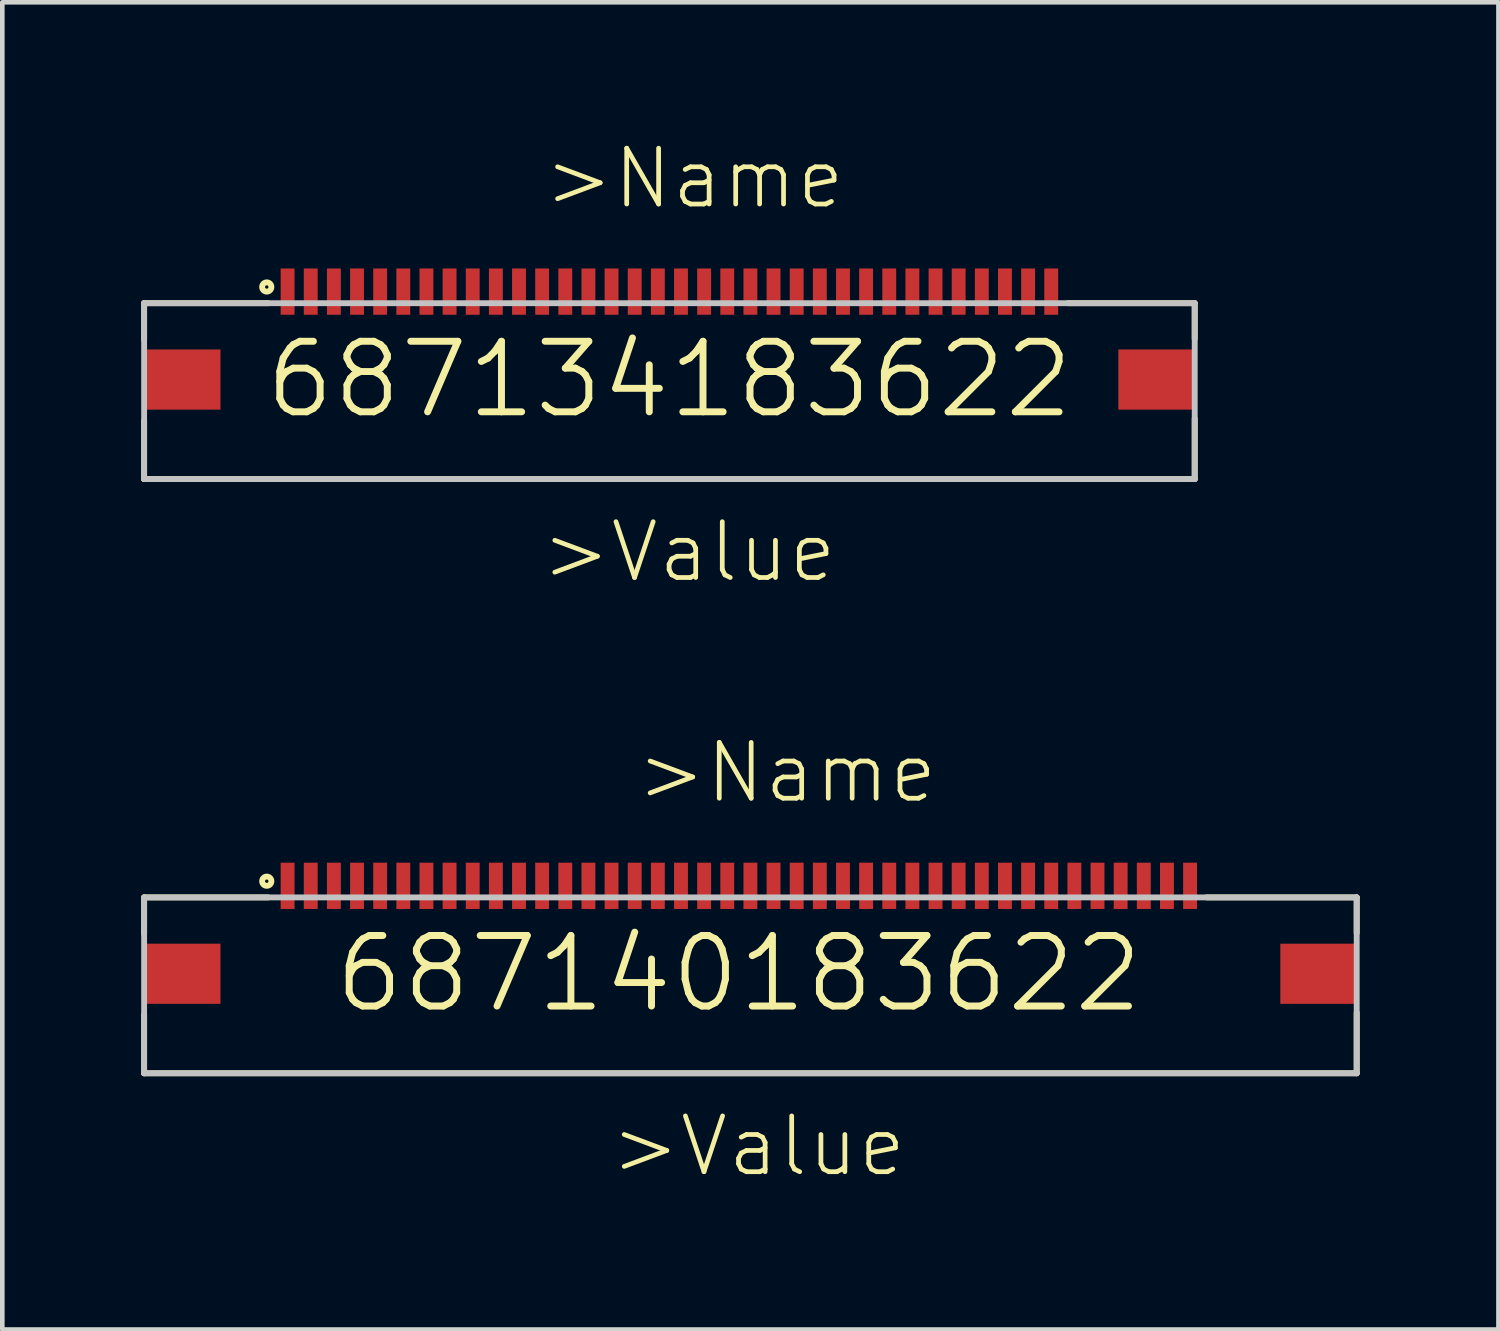
<source format=kicad_pcb>
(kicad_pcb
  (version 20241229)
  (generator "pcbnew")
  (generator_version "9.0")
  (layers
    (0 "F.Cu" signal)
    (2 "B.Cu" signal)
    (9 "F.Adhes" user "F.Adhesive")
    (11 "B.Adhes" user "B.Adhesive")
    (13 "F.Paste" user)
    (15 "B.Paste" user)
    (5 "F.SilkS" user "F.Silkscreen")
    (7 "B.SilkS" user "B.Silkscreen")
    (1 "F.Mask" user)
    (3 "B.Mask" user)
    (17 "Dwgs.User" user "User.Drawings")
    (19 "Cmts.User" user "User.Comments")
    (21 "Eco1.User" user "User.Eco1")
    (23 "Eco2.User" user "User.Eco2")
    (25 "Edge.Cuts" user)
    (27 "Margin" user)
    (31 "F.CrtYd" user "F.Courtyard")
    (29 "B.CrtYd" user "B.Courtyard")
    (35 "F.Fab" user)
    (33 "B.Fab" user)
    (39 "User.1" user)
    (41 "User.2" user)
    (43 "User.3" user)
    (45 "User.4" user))
  (footprint "687134183622"
    (layer "F.Cu")
    (at 11.414 5.151)
    (property "Reference" "687134183622" (at 0 0 0) (layer "F.SilkS") (effects (font (size 1.524 1.524) (thickness 0.15))))
    (attr through_hole)
    (fp_line (start -11.35 -1.65) (end -11.35 -0.86) (stroke (width 0.127) (type solid)) (layer "F.SilkS"))
    (fp_line (start -11.35 0.89) (end -11.35 2.15) (stroke (width 0.127) (type solid)) (layer "F.SilkS"))
    (fp_line (start -11.35 2.15) (end 11.35 2.15) (stroke (width 0.127) (type solid)) (layer "F.SilkS"))
    (fp_line (start -8.67 -1.65) (end -11.35 -1.65) (stroke (width 0.127) (type solid)) (layer "F.SilkS"))
    (fp_line (start 8.61 -1.65) (end 11.35 -1.65) (stroke (width 0.127) (type solid)) (layer "F.SilkS"))
    (fp_line (start 11.35 -1.65) (end 11.35 -0.88) (stroke (width 0.127) (type solid)) (layer "F.SilkS"))
    (fp_line (start 11.35 2.15) (end 11.35 0.84) (stroke (width 0.127) (type solid)) (layer "F.SilkS"))
    (fp_circle (center -8.7 -2) (end -8.6 -2) (stroke (width 0.127) (type solid)) (fill no) (layer "F.SilkS"))
    (fp_line (start -11.35 -1.65) (end 11.35 -1.65) (stroke (width 0.127) (type solid)) (layer "Dwgs.User"))
    (fp_line (start -11.35 2.15) (end -11.35 -1.65) (stroke (width 0.127) (type solid)) (layer "Dwgs.User"))
    (fp_line (start 11.35 -1.65) (end 11.35 2.15) (stroke (width 0.127) (type solid)) (layer "Dwgs.User"))
    (fp_line (start 11.35 2.15) (end -11.35 2.15) (stroke (width 0.127) (type solid)) (layer "Dwgs.User"))
    (fp_text user ">Value" (at -2.83 4.43 0) (layer "F.SilkS") (effects (font (size 1.206 1.206) (thickness 0.102)) (justify left bottom)))
    (fp_text user ">Name" (at -2.77 -3.64 0) (layer "F.SilkS") (effects (font (size 1.206 1.206) (thickness 0.102)) (justify left bottom)))
    (pad "1" smd rect (at -8.25 -1.9 90) (size 1 0.3) (layers "F.Cu" "F.Mask" "F.Paste"))
    (pad "2" smd rect (at -7.75 -1.9 90) (size 1 0.3) (layers "F.Cu" "F.Mask" "F.Paste"))
    (pad "3" smd rect (at -7.25 -1.9 90) (size 1 0.3) (layers "F.Cu" "F.Mask" "F.Paste"))
    (pad "4" smd rect (at -6.75 -1.9 90) (size 1 0.3) (layers "F.Cu" "F.Mask" "F.Paste"))
    (pad "5" smd rect (at -6.25 -1.9 90) (size 1 0.3) (layers "F.Cu" "F.Mask" "F.Paste"))
    (pad "6" smd rect (at -5.75 -1.9 90) (size 1 0.3) (layers "F.Cu" "F.Mask" "F.Paste"))
    (pad "7" smd rect (at -5.25 -1.9 90) (size 1 0.3) (layers "F.Cu" "F.Mask" "F.Paste"))
    (pad "8" smd rect (at -4.75 -1.9 90) (size 1 0.3) (layers "F.Cu" "F.Mask" "F.Paste"))
    (pad "9" smd rect (at -4.25 -1.9 90) (size 1 0.3) (layers "F.Cu" "F.Mask" "F.Paste"))
    (pad "10" smd rect (at -3.75 -1.9 90) (size 1 0.3) (layers "F.Cu" "F.Mask" "F.Paste"))
    (pad "11" smd rect (at -3.25 -1.9 90) (size 1 0.3) (layers "F.Cu" "F.Mask" "F.Paste"))
    (pad "12" smd rect (at -2.75 -1.9 90) (size 1 0.3) (layers "F.Cu" "F.Mask" "F.Paste"))
    (pad "13" smd rect (at -2.25 -1.9 90) (size 1 0.3) (layers "F.Cu" "F.Mask" "F.Paste"))
    (pad "14" smd rect (at -1.75 -1.9 90) (size 1 0.3) (layers "F.Cu" "F.Mask" "F.Paste"))
    (pad "15" smd rect (at -1.25 -1.9 90) (size 1 0.3) (layers "F.Cu" "F.Mask" "F.Paste"))
    (pad "16" smd rect (at -0.75 -1.9 90) (size 1 0.3) (layers "F.Cu" "F.Mask" "F.Paste"))
    (pad "17" smd rect (at -0.25 -1.9 90) (size 1 0.3) (layers "F.Cu" "F.Mask" "F.Paste"))
    (pad "18" smd rect (at 0.25 -1.9 90) (size 1 0.3) (layers "F.Cu" "F.Mask" "F.Paste"))
    (pad "19" smd rect (at 0.75 -1.9 90) (size 1 0.3) (layers "F.Cu" "F.Mask" "F.Paste"))
    (pad "20" smd rect (at 1.25 -1.9 90) (size 1 0.3) (layers "F.Cu" "F.Mask" "F.Paste"))
    (pad "21" smd rect (at 1.75 -1.9 90) (size 1 0.3) (layers "F.Cu" "F.Mask" "F.Paste"))
    (pad "22" smd rect (at 2.25 -1.9 90) (size 1 0.3) (layers "F.Cu" "F.Mask" "F.Paste"))
    (pad "23" smd rect (at 2.75 -1.9 90) (size 1 0.3) (layers "F.Cu" "F.Mask" "F.Paste"))
    (pad "24" smd rect (at 3.25 -1.9 90) (size 1 0.3) (layers "F.Cu" "F.Mask" "F.Paste"))
    (pad "25" smd rect (at 3.75 -1.9 90) (size 1 0.3) (layers "F.Cu" "F.Mask" "F.Paste"))
    (pad "26" smd rect (at 4.25 -1.9 90) (size 1 0.3) (layers "F.Cu" "F.Mask" "F.Paste"))
    (pad "27" smd rect (at 4.75 -1.9 90) (size 1 0.3) (layers "F.Cu" "F.Mask" "F.Paste"))
    (pad "28" smd rect (at 5.25 -1.9 90) (size 1 0.3) (layers "F.Cu" "F.Mask" "F.Paste"))
    (pad "29" smd rect (at 5.75 -1.9 90) (size 1 0.3) (layers "F.Cu" "F.Mask" "F.Paste"))
    (pad "30" smd rect (at 6.25 -1.9 90) (size 1 0.3) (layers "F.Cu" "F.Mask" "F.Paste"))
    (pad "31" smd rect (at 6.75 -1.9 90) (size 1 0.3) (layers "F.Cu" "F.Mask" "F.Paste"))
    (pad "32" smd rect (at 7.25 -1.9 90) (size 1 0.3) (layers "F.Cu" "F.Mask" "F.Paste"))
    (pad "33" smd rect (at 7.75 -1.9 90) (size 1 0.3) (layers "F.Cu" "F.Mask" "F.Paste"))
    (pad "34" smd rect (at 8.25 -1.9 90) (size 1 0.3) (layers "F.Cu" "F.Mask" "F.Paste"))
    (pad "Z1" smd rect (at -10.525 0) (size 1.65 1.3) (layers "F.Cu" "F.Mask" "F.Paste"))
    (pad "Z2" smd rect (at 10.525 0) (size 1.65 1.3) (layers "F.Cu" "F.Mask" "F.Paste")))
  (footprint "687140183622"
    (layer "F.Cu")
    (at 12.914 17.99)
    (property "Reference" "687140183622" (at 0 0 0) (layer "F.SilkS") (effects (font (size 1.524 1.524) (thickness 0.15))))
    (attr through_hole)
    (fp_line (start -12.85 -1.65) (end -12.85 -0.86) (stroke (width 0.127) (type solid)) (layer "F.SilkS"))
    (fp_line (start -12.85 0.89) (end -12.85 2.15) (stroke (width 0.127) (type solid)) (layer "F.SilkS"))
    (fp_line (start -12.85 2.15) (end 13.35 2.15) (stroke (width 0.127) (type solid)) (layer "F.SilkS"))
    (fp_line (start -10.17 -1.65) (end -12.85 -1.65) (stroke (width 0.127) (type solid)) (layer "F.SilkS"))
    (fp_line (start 10.11 -1.65) (end 13.35 -1.65) (stroke (width 0.127) (type solid)) (layer "F.SilkS"))
    (fp_line (start 13.35 -1.65) (end 13.35 -0.88) (stroke (width 0.127) (type solid)) (layer "F.SilkS"))
    (fp_line (start 13.35 2.15) (end 13.35 0.84) (stroke (width 0.127) (type solid)) (layer "F.SilkS"))
    (fp_circle (center -10.2 -2) (end -10.1 -2) (stroke (width 0.127) (type solid)) (fill no) (layer "F.SilkS"))
    (fp_line (start -12.85 -1.65) (end 13.35 -1.65) (stroke (width 0.127) (type solid)) (layer "Dwgs.User"))
    (fp_line (start -12.85 2.15) (end -12.85 -1.65) (stroke (width 0.127) (type solid)) (layer "Dwgs.User"))
    (fp_line (start 13.35 -1.65) (end 13.35 2.15) (stroke (width 0.127) (type solid)) (layer "Dwgs.User"))
    (fp_line (start 13.35 2.15) (end -12.85 2.15) (stroke (width 0.127) (type solid)) (layer "Dwgs.User"))
    (fp_text user ">Value" (at -2.83 4.43 0) (layer "F.SilkS") (effects (font (size 1.206 1.206) (thickness 0.102)) (justify left bottom)))
    (fp_text user ">Name" (at -2.27 -3.64 0) (layer "F.SilkS") (effects (font (size 1.206 1.206) (thickness 0.102)) (justify left bottom)))
    (pad "1" smd rect (at -9.75 -1.9 90) (size 1 0.3) (layers "F.Cu" "F.Mask" "F.Paste"))
    (pad "2" smd rect (at -9.25 -1.9 90) (size 1 0.3) (layers "F.Cu" "F.Mask" "F.Paste"))
    (pad "3" smd rect (at -8.75 -1.9 90) (size 1 0.3) (layers "F.Cu" "F.Mask" "F.Paste"))
    (pad "4" smd rect (at -8.25 -1.9 90) (size 1 0.3) (layers "F.Cu" "F.Mask" "F.Paste"))
    (pad "5" smd rect (at -7.75 -1.9 90) (size 1 0.3) (layers "F.Cu" "F.Mask" "F.Paste"))
    (pad "6" smd rect (at -7.25 -1.9 90) (size 1 0.3) (layers "F.Cu" "F.Mask" "F.Paste"))
    (pad "7" smd rect (at -6.75 -1.9 90) (size 1 0.3) (layers "F.Cu" "F.Mask" "F.Paste"))
    (pad "8" smd rect (at -6.25 -1.9 90) (size 1 0.3) (layers "F.Cu" "F.Mask" "F.Paste"))
    (pad "9" smd rect (at -5.75 -1.9 90) (size 1 0.3) (layers "F.Cu" "F.Mask" "F.Paste"))
    (pad "10" smd rect (at -5.25 -1.9 90) (size 1 0.3) (layers "F.Cu" "F.Mask" "F.Paste"))
    (pad "11" smd rect (at -4.75 -1.9 90) (size 1 0.3) (layers "F.Cu" "F.Mask" "F.Paste"))
    (pad "12" smd rect (at -4.25 -1.9 90) (size 1 0.3) (layers "F.Cu" "F.Mask" "F.Paste"))
    (pad "13" smd rect (at -3.75 -1.9 90) (size 1 0.3) (layers "F.Cu" "F.Mask" "F.Paste"))
    (pad "14" smd rect (at -3.25 -1.9 90) (size 1 0.3) (layers "F.Cu" "F.Mask" "F.Paste"))
    (pad "15" smd rect (at -2.75 -1.9 90) (size 1 0.3) (layers "F.Cu" "F.Mask" "F.Paste"))
    (pad "16" smd rect (at -2.25 -1.9 90) (size 1 0.3) (layers "F.Cu" "F.Mask" "F.Paste"))
    (pad "17" smd rect (at -1.75 -1.9 90) (size 1 0.3) (layers "F.Cu" "F.Mask" "F.Paste"))
    (pad "18" smd rect (at -1.25 -1.9 90) (size 1 0.3) (layers "F.Cu" "F.Mask" "F.Paste"))
    (pad "19" smd rect (at -0.75 -1.9 90) (size 1 0.3) (layers "F.Cu" "F.Mask" "F.Paste"))
    (pad "20" smd rect (at -0.25 -1.9 90) (size 1 0.3) (layers "F.Cu" "F.Mask" "F.Paste"))
    (pad "21" smd rect (at 0.25 -1.9 90) (size 1 0.3) (layers "F.Cu" "F.Mask" "F.Paste"))
    (pad "22" smd rect (at 0.75 -1.9 90) (size 1 0.3) (layers "F.Cu" "F.Mask" "F.Paste"))
    (pad "23" smd rect (at 1.25 -1.9 90) (size 1 0.3) (layers "F.Cu" "F.Mask" "F.Paste"))
    (pad "24" smd rect (at 1.75 -1.9 90) (size 1 0.3) (layers "F.Cu" "F.Mask" "F.Paste"))
    (pad "25" smd rect (at 2.25 -1.9 90) (size 1 0.3) (layers "F.Cu" "F.Mask" "F.Paste"))
    (pad "26" smd rect (at 2.75 -1.9 90) (size 1 0.3) (layers "F.Cu" "F.Mask" "F.Paste"))
    (pad "27" smd rect (at 3.25 -1.9 90) (size 1 0.3) (layers "F.Cu" "F.Mask" "F.Paste"))
    (pad "28" smd rect (at 3.75 -1.9 90) (size 1 0.3) (layers "F.Cu" "F.Mask" "F.Paste"))
    (pad "29" smd rect (at 4.25 -1.9 90) (size 1 0.3) (layers "F.Cu" "F.Mask" "F.Paste"))
    (pad "30" smd rect (at 4.75 -1.9 90) (size 1 0.3) (layers "F.Cu" "F.Mask" "F.Paste"))
    (pad "31" smd rect (at 5.25 -1.9 90) (size 1 0.3) (layers "F.Cu" "F.Mask" "F.Paste"))
    (pad "32" smd rect (at 5.75 -1.9 90) (size 1 0.3) (layers "F.Cu" "F.Mask" "F.Paste"))
    (pad "33" smd rect (at 6.25 -1.9 90) (size 1 0.3) (layers "F.Cu" "F.Mask" "F.Paste"))
    (pad "34" smd rect (at 6.75 -1.9 90) (size 1 0.3) (layers "F.Cu" "F.Mask" "F.Paste"))
    (pad "35" smd rect (at 7.25 -1.9 90) (size 1 0.3) (layers "F.Cu" "F.Mask" "F.Paste"))
    (pad "36" smd rect (at 7.75 -1.9 90) (size 1 0.3) (layers "F.Cu" "F.Mask" "F.Paste"))
    (pad "37" smd rect (at 8.25 -1.9 90) (size 1 0.3) (layers "F.Cu" "F.Mask" "F.Paste"))
    (pad "38" smd rect (at 8.75 -1.9 90) (size 1 0.3) (layers "F.Cu" "F.Mask" "F.Paste"))
    (pad "39" smd rect (at 9.25 -1.9 90) (size 1 0.3) (layers "F.Cu" "F.Mask" "F.Paste"))
    (pad "40" smd rect (at 9.75 -1.9 90) (size 1 0.3) (layers "F.Cu" "F.Mask" "F.Paste"))
    (pad "Z1" smd rect (at -12.025 0) (size 1.65 1.3) (layers "F.Cu" "F.Mask" "F.Paste"))
    (pad "Z2" smd rect (at 12.525 0) (size 1.65 1.3) (layers "F.Cu" "F.Mask" "F.Paste")))
  (gr_rect
    (start -3 -3)
    (end 29.327 25.676)
    (stroke (width 0.1) (type default))
    (fill no)
    (layer "Edge.Cuts")))
</source>
